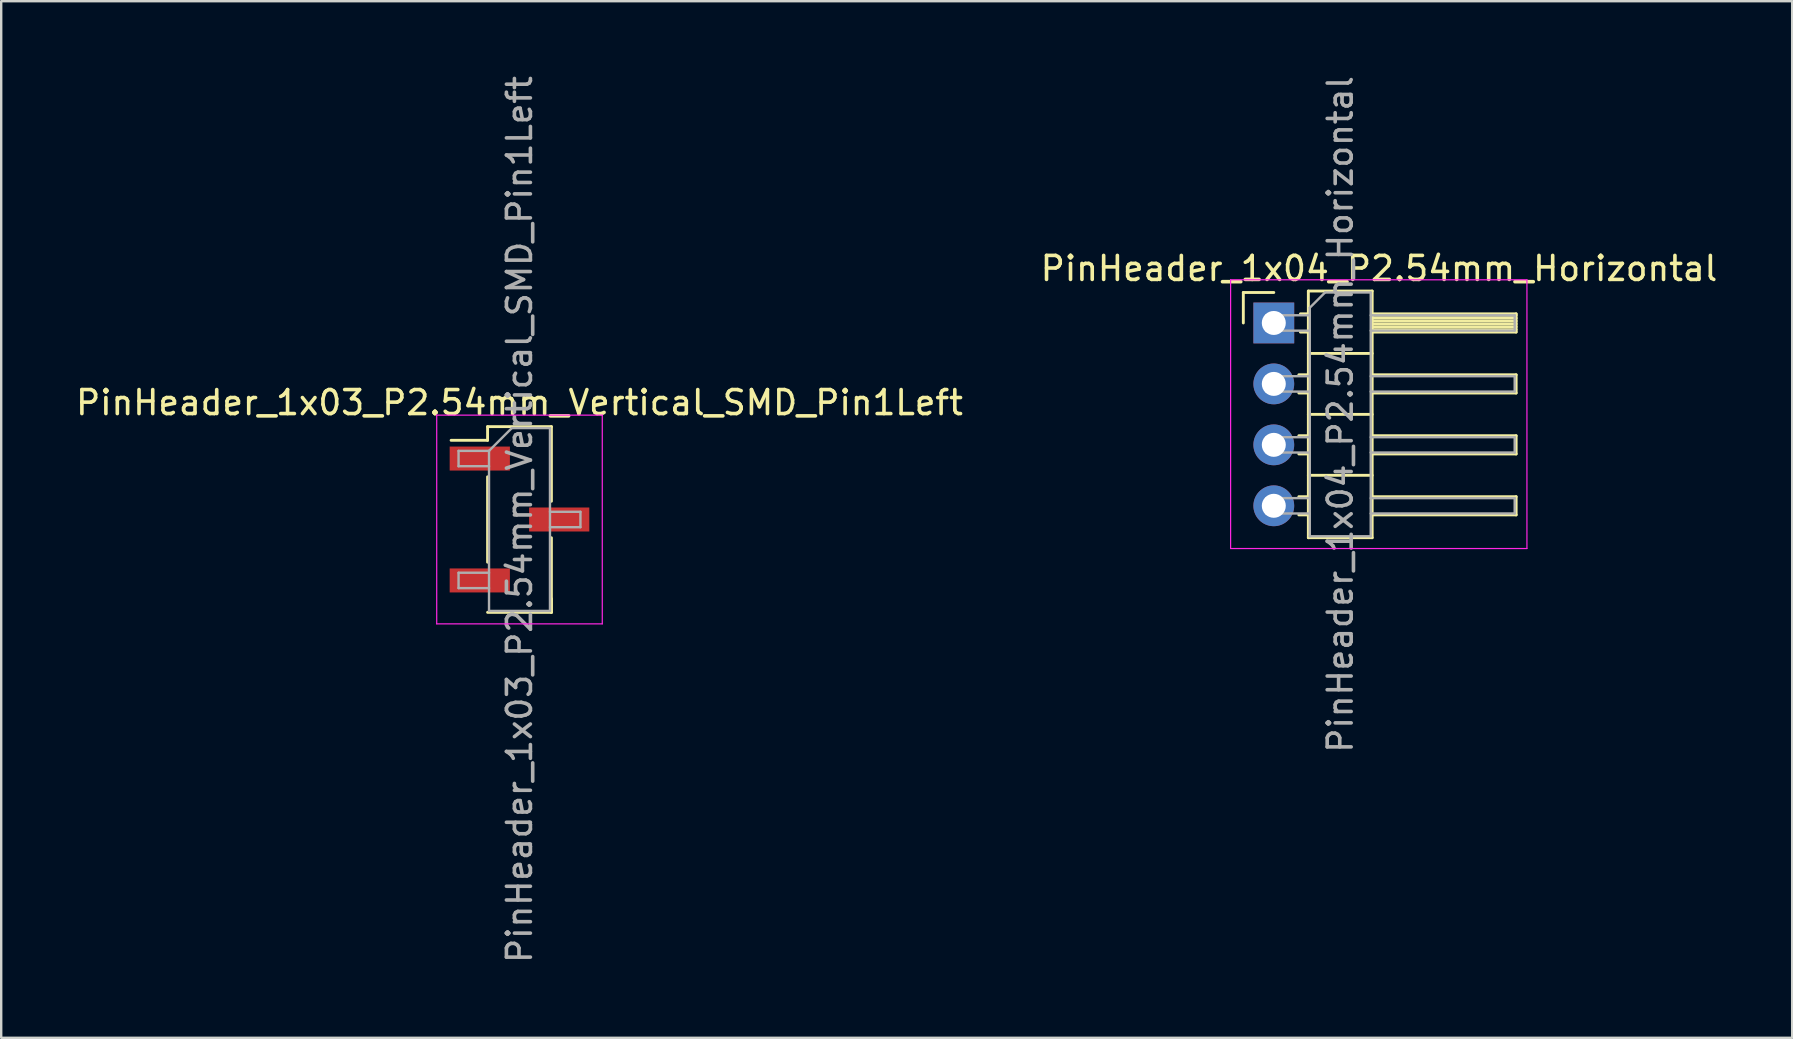
<source format=kicad_pcb>
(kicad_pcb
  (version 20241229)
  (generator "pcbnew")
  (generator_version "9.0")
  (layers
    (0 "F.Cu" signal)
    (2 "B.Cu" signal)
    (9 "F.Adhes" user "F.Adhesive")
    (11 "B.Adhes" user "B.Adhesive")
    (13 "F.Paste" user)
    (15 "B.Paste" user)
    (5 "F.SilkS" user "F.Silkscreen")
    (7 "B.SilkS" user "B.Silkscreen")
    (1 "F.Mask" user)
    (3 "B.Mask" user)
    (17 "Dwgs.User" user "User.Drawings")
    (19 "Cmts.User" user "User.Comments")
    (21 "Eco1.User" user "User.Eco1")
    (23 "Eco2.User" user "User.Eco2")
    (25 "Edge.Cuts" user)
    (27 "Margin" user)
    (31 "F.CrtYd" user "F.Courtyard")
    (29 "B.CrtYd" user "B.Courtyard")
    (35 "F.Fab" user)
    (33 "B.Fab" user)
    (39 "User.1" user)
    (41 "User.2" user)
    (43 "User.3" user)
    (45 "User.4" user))
  (footprint "PinHeader_1x03_P2.54mm_Vertical_SMD_Pin1Left"
    (layer "F.Cu")
    (at 18.601 18.601)
    (property "Reference" "PinHeader_1x03_P2.54mm_Vertical_SMD_Pin1Left" (at 0 -4.87 0) (layer "F.SilkS") (effects (font (size 1 1) (thickness 0.15))))
    (attr smd)
    (fp_line (start -1.33 -3.87) (end -1.33 -3.3) (stroke (width 0.12) (type solid)) (layer "F.SilkS"))
    (fp_line (start -1.33 -3.87) (end 1.33 -3.87) (stroke (width 0.12) (type solid)) (layer "F.SilkS"))
    (fp_line (start -1.33 -3.3) (end -2.85 -3.3) (stroke (width 0.12) (type solid)) (layer "F.SilkS"))
    (fp_line (start -1.33 -1.78) (end -1.33 1.78) (stroke (width 0.12) (type solid)) (layer "F.SilkS"))
    (fp_line (start -1.33 3.87) (end 1.33 3.87) (stroke (width 0.12) (type solid)) (layer "F.SilkS"))
    (fp_line (start 1.33 -3.87) (end 1.33 -0.76) (stroke (width 0.12) (type solid)) (layer "F.SilkS"))
    (fp_line (start 1.33 0.76) (end 1.33 3.87) (stroke (width 0.12) (type solid)) (layer "F.SilkS"))
    (fp_line (start 1.33 3.3) (end 1.33 3.87) (stroke (width 0.12) (type solid)) (layer "F.SilkS"))
    (fp_line (start -3.45 -4.35) (end -3.45 4.35) (stroke (width 0.05) (type solid)) (layer "F.CrtYd"))
    (fp_line (start -3.45 4.35) (end 3.45 4.35) (stroke (width 0.05) (type solid)) (layer "F.CrtYd"))
    (fp_line (start 3.45 -4.35) (end -3.45 -4.35) (stroke (width 0.05) (type solid)) (layer "F.CrtYd"))
    (fp_line (start 3.45 4.35) (end 3.45 -4.35) (stroke (width 0.05) (type solid)) (layer "F.CrtYd"))
    (fp_line (start -2.54 -2.86) (end -2.54 -2.22) (stroke (width 0.1) (type solid)) (layer "F.Fab"))
    (fp_line (start -2.54 -2.22) (end -1.27 -2.22) (stroke (width 0.1) (type solid)) (layer "F.Fab"))
    (fp_line (start -2.54 2.22) (end -2.54 2.86) (stroke (width 0.1) (type solid)) (layer "F.Fab"))
    (fp_line (start -2.54 2.86) (end -1.27 2.86) (stroke (width 0.1) (type solid)) (layer "F.Fab"))
    (fp_line (start -1.27 -2.86) (end -2.54 -2.86) (stroke (width 0.1) (type solid)) (layer "F.Fab"))
    (fp_line (start -1.27 -2.86) (end -0.32 -3.81) (stroke (width 0.1) (type solid)) (layer "F.Fab"))
    (fp_line (start -1.27 2.22) (end -2.54 2.22) (stroke (width 0.1) (type solid)) (layer "F.Fab"))
    (fp_line (start -1.27 3.81) (end -1.27 -2.86) (stroke (width 0.1) (type solid)) (layer "F.Fab"))
    (fp_line (start -0.32 -3.81) (end 1.27 -3.81) (stroke (width 0.1) (type solid)) (layer "F.Fab"))
    (fp_line (start 1.27 -3.81) (end 1.27 3.81) (stroke (width 0.1) (type solid)) (layer "F.Fab"))
    (fp_line (start 1.27 -0.32) (end 2.54 -0.32) (stroke (width 0.1) (type solid)) (layer "F.Fab"))
    (fp_line (start 1.27 3.81) (end -1.27 3.81) (stroke (width 0.1) (type solid)) (layer "F.Fab"))
    (fp_line (start 2.54 -0.32) (end 2.54 0.32) (stroke (width 0.1) (type solid)) (layer "F.Fab"))
    (fp_line (start 2.54 0.32) (end 1.27 0.32) (stroke (width 0.1) (type solid)) (layer "F.Fab"))
    (fp_text user "${REFERENCE}" (at 0 0 90) (layer "F.Fab") (effects (font (size 1 1) (thickness 0.15))))
    (pad "1" smd rect (at -1.655 -2.54) (size 2.51 1) (layers "F.Cu" "F.Mask" "F.Paste"))
    (pad "2" smd rect (at 1.655 0) (size 2.51 1) (layers "F.Cu" "F.Mask" "F.Paste"))
    (pad "3" smd rect (at -1.655 2.54) (size 2.51 1) (layers "F.Cu" "F.Mask" "F.Paste")))
  (footprint "PinHeader_1x04_P2.54mm_Horizontal"
    (layer "F.Cu")
    (at 50.038 10.41)
    (property "Reference" "PinHeader_1x04_P2.54mm_Horizontal" (at 4.385 -2.27 0) (layer "F.SilkS") (effects (font (size 1 1) (thickness 0.15))))
    (attr through_hole)
    (fp_line (start -1.27 -1.27) (end 0 -1.27) (stroke (width 0.12) (type solid)) (layer "F.SilkS"))
    (fp_line (start -1.27 0) (end -1.27 -1.27) (stroke (width 0.12) (type solid)) (layer "F.SilkS"))
    (fp_line (start 1.043 2.16) (end 1.44 2.16) (stroke (width 0.12) (type solid)) (layer "F.SilkS"))
    (fp_line (start 1.043 2.92) (end 1.44 2.92) (stroke (width 0.12) (type solid)) (layer "F.SilkS"))
    (fp_line (start 1.043 4.7) (end 1.44 4.7) (stroke (width 0.12) (type solid)) (layer "F.SilkS"))
    (fp_line (start 1.043 5.46) (end 1.44 5.46) (stroke (width 0.12) (type solid)) (layer "F.SilkS"))
    (fp_line (start 1.043 7.24) (end 1.44 7.24) (stroke (width 0.12) (type solid)) (layer "F.SilkS"))
    (fp_line (start 1.043 8) (end 1.44 8) (stroke (width 0.12) (type solid)) (layer "F.SilkS"))
    (fp_line (start 1.11 -0.38) (end 1.44 -0.38) (stroke (width 0.12) (type solid)) (layer "F.SilkS"))
    (fp_line (start 1.11 0.38) (end 1.44 0.38) (stroke (width 0.12) (type solid)) (layer "F.SilkS"))
    (fp_line (start 1.44 -1.33) (end 1.44 8.95) (stroke (width 0.12) (type solid)) (layer "F.SilkS"))
    (fp_line (start 1.44 1.27) (end 4.1 1.27) (stroke (width 0.12) (type solid)) (layer "F.SilkS"))
    (fp_line (start 1.44 3.81) (end 4.1 3.81) (stroke (width 0.12) (type solid)) (layer "F.SilkS"))
    (fp_line (start 1.44 6.35) (end 4.1 6.35) (stroke (width 0.12) (type solid)) (layer "F.SilkS"))
    (fp_line (start 1.44 8.95) (end 4.1 8.95) (stroke (width 0.12) (type solid)) (layer "F.SilkS"))
    (fp_line (start 4.1 -1.33) (end 1.44 -1.33) (stroke (width 0.12) (type solid)) (layer "F.SilkS"))
    (fp_line (start 4.1 -0.38) (end 10.1 -0.38) (stroke (width 0.12) (type solid)) (layer "F.SilkS"))
    (fp_line (start 4.1 -0.32) (end 10.1 -0.32) (stroke (width 0.12) (type solid)) (layer "F.SilkS"))
    (fp_line (start 4.1 -0.2) (end 10.1 -0.2) (stroke (width 0.12) (type solid)) (layer "F.SilkS"))
    (fp_line (start 4.1 -0.08) (end 10.1 -0.08) (stroke (width 0.12) (type solid)) (layer "F.SilkS"))
    (fp_line (start 4.1 0.04) (end 10.1 0.04) (stroke (width 0.12) (type solid)) (layer "F.SilkS"))
    (fp_line (start 4.1 0.16) (end 10.1 0.16) (stroke (width 0.12) (type solid)) (layer "F.SilkS"))
    (fp_line (start 4.1 0.28) (end 10.1 0.28) (stroke (width 0.12) (type solid)) (layer "F.SilkS"))
    (fp_line (start 4.1 2.16) (end 10.1 2.16) (stroke (width 0.12) (type solid)) (layer "F.SilkS"))
    (fp_line (start 4.1 4.7) (end 10.1 4.7) (stroke (width 0.12) (type solid)) (layer "F.SilkS"))
    (fp_line (start 4.1 7.24) (end 10.1 7.24) (stroke (width 0.12) (type solid)) (layer "F.SilkS"))
    (fp_line (start 4.1 8.95) (end 4.1 -1.33) (stroke (width 0.12) (type solid)) (layer "F.SilkS"))
    (fp_line (start 10.1 -0.38) (end 10.1 0.38) (stroke (width 0.12) (type solid)) (layer "F.SilkS"))
    (fp_line (start 10.1 0.38) (end 4.1 0.38) (stroke (width 0.12) (type solid)) (layer "F.SilkS"))
    (fp_line (start 10.1 2.16) (end 10.1 2.92) (stroke (width 0.12) (type solid)) (layer "F.SilkS"))
    (fp_line (start 10.1 2.92) (end 4.1 2.92) (stroke (width 0.12) (type solid)) (layer "F.SilkS"))
    (fp_line (start 10.1 4.7) (end 10.1 5.46) (stroke (width 0.12) (type solid)) (layer "F.SilkS"))
    (fp_line (start 10.1 5.46) (end 4.1 5.46) (stroke (width 0.12) (type solid)) (layer "F.SilkS"))
    (fp_line (start 10.1 7.24) (end 10.1 8) (stroke (width 0.12) (type solid)) (layer "F.SilkS"))
    (fp_line (start 10.1 8) (end 4.1 8) (stroke (width 0.12) (type solid)) (layer "F.SilkS"))
    (fp_line (start -1.8 -1.8) (end -1.8 9.4) (stroke (width 0.05) (type solid)) (layer "F.CrtYd"))
    (fp_line (start -1.8 9.4) (end 10.55 9.4) (stroke (width 0.05) (type solid)) (layer "F.CrtYd"))
    (fp_line (start 10.55 -1.8) (end -1.8 -1.8) (stroke (width 0.05) (type solid)) (layer "F.CrtYd"))
    (fp_line (start 10.55 9.4) (end 10.55 -1.8) (stroke (width 0.05) (type solid)) (layer "F.CrtYd"))
    (fp_line (start -0.32 -0.32) (end -0.32 0.32) (stroke (width 0.1) (type solid)) (layer "F.Fab"))
    (fp_line (start -0.32 -0.32) (end 1.5 -0.32) (stroke (width 0.1) (type solid)) (layer "F.Fab"))
    (fp_line (start -0.32 0.32) (end 1.5 0.32) (stroke (width 0.1) (type solid)) (layer "F.Fab"))
    (fp_line (start -0.32 2.22) (end -0.32 2.86) (stroke (width 0.1) (type solid)) (layer "F.Fab"))
    (fp_line (start -0.32 2.22) (end 1.5 2.22) (stroke (width 0.1) (type solid)) (layer "F.Fab"))
    (fp_line (start -0.32 2.86) (end 1.5 2.86) (stroke (width 0.1) (type solid)) (layer "F.Fab"))
    (fp_line (start -0.32 4.76) (end -0.32 5.4) (stroke (width 0.1) (type solid)) (layer "F.Fab"))
    (fp_line (start -0.32 4.76) (end 1.5 4.76) (stroke (width 0.1) (type solid)) (layer "F.Fab"))
    (fp_line (start -0.32 5.4) (end 1.5 5.4) (stroke (width 0.1) (type solid)) (layer "F.Fab"))
    (fp_line (start -0.32 7.3) (end -0.32 7.94) (stroke (width 0.1) (type solid)) (layer "F.Fab"))
    (fp_line (start -0.32 7.3) (end 1.5 7.3) (stroke (width 0.1) (type solid)) (layer "F.Fab"))
    (fp_line (start -0.32 7.94) (end 1.5 7.94) (stroke (width 0.1) (type solid)) (layer "F.Fab"))
    (fp_line (start 1.5 -0.635) (end 2.135 -1.27) (stroke (width 0.1) (type solid)) (layer "F.Fab"))
    (fp_line (start 1.5 8.89) (end 1.5 -0.635) (stroke (width 0.1) (type solid)) (layer "F.Fab"))
    (fp_line (start 2.135 -1.27) (end 4.04 -1.27) (stroke (width 0.1) (type solid)) (layer "F.Fab"))
    (fp_line (start 4.04 -1.27) (end 4.04 8.89) (stroke (width 0.1) (type solid)) (layer "F.Fab"))
    (fp_line (start 4.04 -0.32) (end 10.04 -0.32) (stroke (width 0.1) (type solid)) (layer "F.Fab"))
    (fp_line (start 4.04 0.32) (end 10.04 0.32) (stroke (width 0.1) (type solid)) (layer "F.Fab"))
    (fp_line (start 4.04 2.22) (end 10.04 2.22) (stroke (width 0.1) (type solid)) (layer "F.Fab"))
    (fp_line (start 4.04 2.86) (end 10.04 2.86) (stroke (width 0.1) (type solid)) (layer "F.Fab"))
    (fp_line (start 4.04 4.76) (end 10.04 4.76) (stroke (width 0.1) (type solid)) (layer "F.Fab"))
    (fp_line (start 4.04 5.4) (end 10.04 5.4) (stroke (width 0.1) (type solid)) (layer "F.Fab"))
    (fp_line (start 4.04 7.3) (end 10.04 7.3) (stroke (width 0.1) (type solid)) (layer "F.Fab"))
    (fp_line (start 4.04 7.94) (end 10.04 7.94) (stroke (width 0.1) (type solid)) (layer "F.Fab"))
    (fp_line (start 4.04 8.89) (end 1.5 8.89) (stroke (width 0.1) (type solid)) (layer "F.Fab"))
    (fp_line (start 10.04 -0.32) (end 10.04 0.32) (stroke (width 0.1) (type solid)) (layer "F.Fab"))
    (fp_line (start 10.04 2.22) (end 10.04 2.86) (stroke (width 0.1) (type solid)) (layer "F.Fab"))
    (fp_line (start 10.04 4.76) (end 10.04 5.4) (stroke (width 0.1) (type solid)) (layer "F.Fab"))
    (fp_line (start 10.04 7.3) (end 10.04 7.94) (stroke (width 0.1) (type solid)) (layer "F.Fab"))
    (fp_text user "${REFERENCE}" (at 2.77 3.81 90) (layer "F.Fab") (effects (font (size 1 1) (thickness 0.15))))
    (pad "1" thru_hole rect (at 0 0) (size 1.7 1.7) (drill 1) (layers "*.Cu" "*.Mask"))
    (pad "2" thru_hole oval (at 0 2.54) (size 1.7 1.7) (drill 1) (layers "*.Cu" "*.Mask"))
    (pad "3" thru_hole oval (at 0 5.08) (size 1.7 1.7) (drill 1) (layers "*.Cu" "*.Mask"))
    (pad "4" thru_hole oval (at 0 7.62) (size 1.7 1.7) (drill 1) (layers "*.Cu" "*.Mask")))
  (gr_rect
    (start -3 -3)
    (end 71.643 40.202)
    (stroke (width 0.1) (type default))
    (fill no)
    (layer "Edge.Cuts")))
</source>
